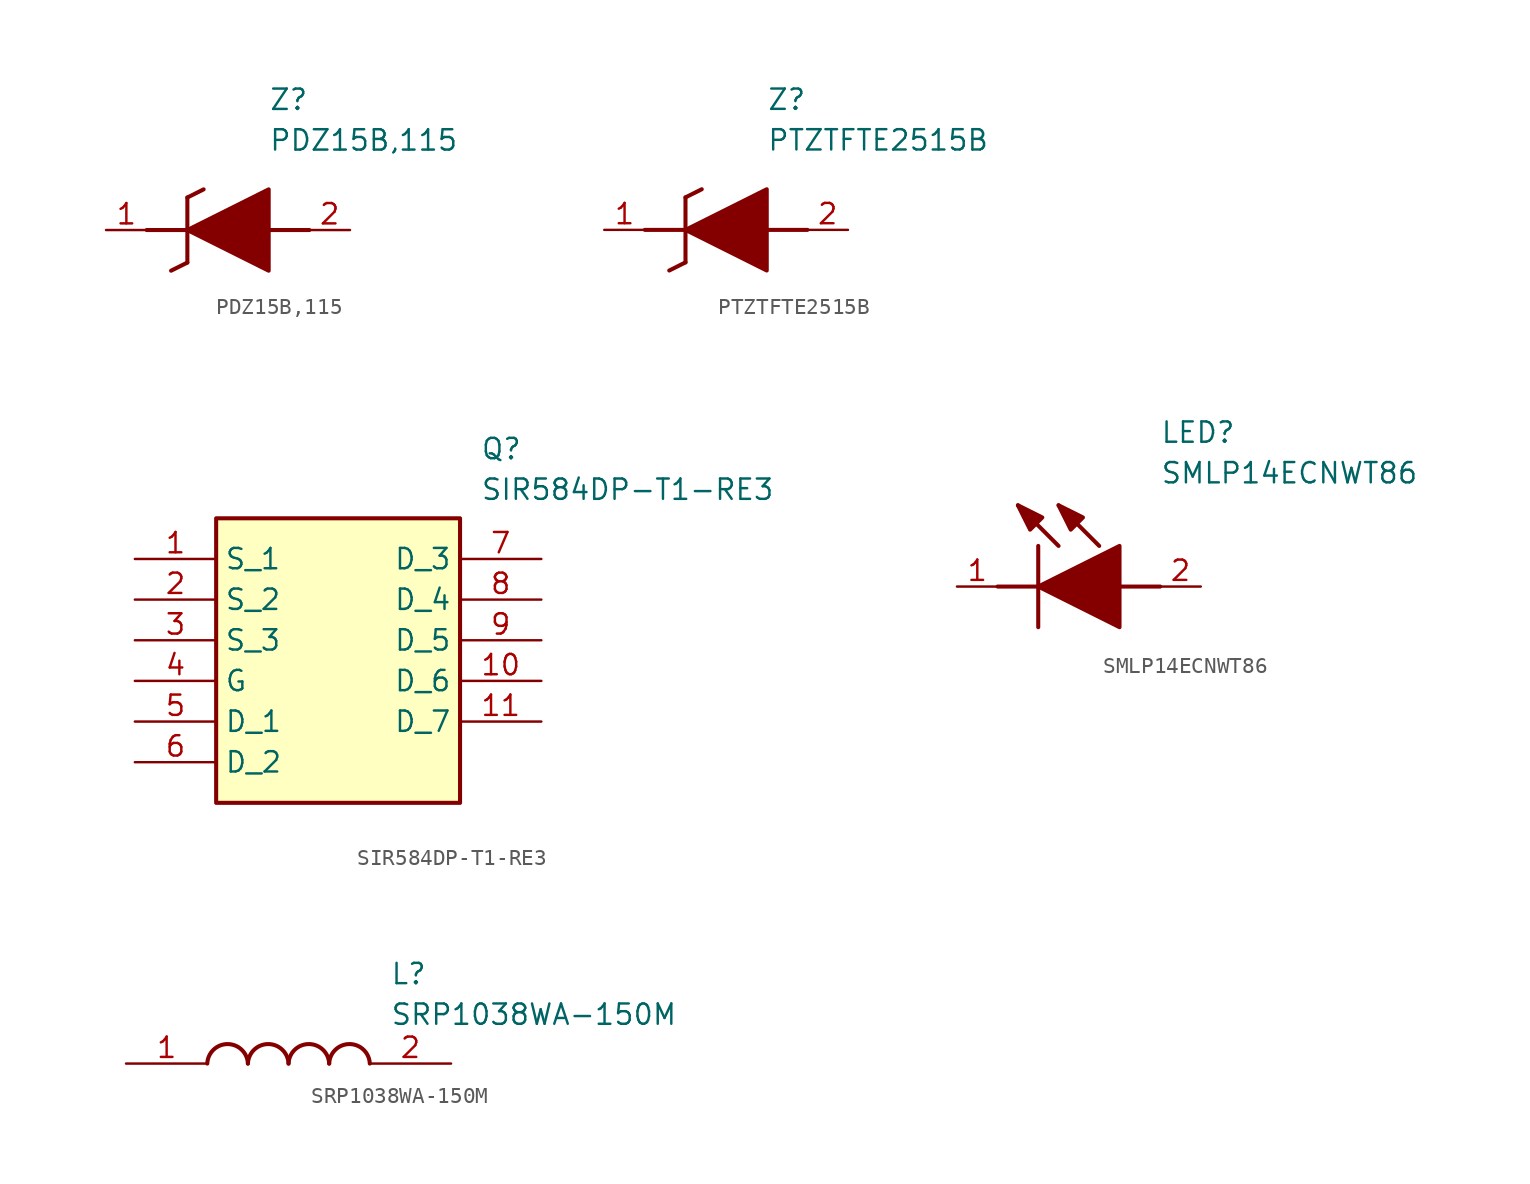
<source format=kicad_sym>
(kicad_symbol_lib
  (version 20220914)
  (generator kicad_symbol_editor)
  (symbol "PDZ15B,115"
    (pin_names hide)
    (property "Reference" "Z"
      (at 10.16 8.89 0)
      (effects (font (size 1.27 1.27)) (justify left top)))
    (property "Value" "PDZ15B,115"
      (at 10.16 6.35 0)
      (effects (font (size 1.27 1.27)) (justify left top)))
    (polyline
      (pts (xy 5.08 2.032) (xy 5.08 -2.032))
      (stroke (width 0.254) (type default))
      (fill (type none)))
    (polyline
      (pts (xy 5.08 2.032) (xy 6.096 2.54))
      (stroke (width 0.254) (type default))
      (fill (type none)))
    (polyline
      (pts (xy 4.064 -2.54) (xy 5.08 -2.032))
      (stroke (width 0.254) (type default))
      (fill (type none)))
    (polyline
      (pts (xy 2.54 0) (xy 5.08 0))
      (stroke (width 0.254) (type default))
      (fill (type none)))
    (polyline
      (pts (xy 12.7 0) (xy 10.16 0))
      (stroke (width 0.254) (type default))
      (fill (type none)))
    (polyline
      (pts (xy 5.08 0) (xy 10.16 2.54) (xy 10.16 -2.54) (xy 5.08 0))
      (stroke (width 0.254) (type default))
      (fill (type outline)))
    (pin passive line
      (at 0 0 0)
      (length 2.54)
      (name "K" (effects (font (size 1.27 1.27))))
      (number "1" (effects (font (size 1.27 1.27)))))
    (pin passive line
      (at 15.24 0 180)
      (length 2.54)
      (name "A" (effects (font (size 1.27 1.27))))
      (number "2" (effects (font (size 1.27 1.27))))))
  (symbol "PTZTFTE2515B"
    (pin_names hide)
    (property "Reference" "Z"
      (at 10.16 8.89 0)
      (effects (font (size 1.27 1.27)) (justify left top)))
    (property "Value" "PTZTFTE2515B"
      (at 10.16 6.35 0)
      (effects (font (size 1.27 1.27)) (justify left top)))
    (polyline
      (pts (xy 5.08 2.032) (xy 5.08 -2.032))
      (stroke (width 0.254) (type default))
      (fill (type none)))
    (polyline
      (pts (xy 5.08 2.032) (xy 6.096 2.54))
      (stroke (width 0.254) (type default))
      (fill (type none)))
    (polyline
      (pts (xy 4.064 -2.54) (xy 5.08 -2.032))
      (stroke (width 0.254) (type default))
      (fill (type none)))
    (polyline
      (pts (xy 2.54 0) (xy 5.08 0))
      (stroke (width 0.254) (type default))
      (fill (type none)))
    (polyline
      (pts (xy 12.7 0) (xy 10.16 0))
      (stroke (width 0.254) (type default))
      (fill (type none)))
    (polyline
      (pts (xy 5.08 0) (xy 10.16 2.54) (xy 10.16 -2.54) (xy 5.08 0))
      (stroke (width 0.254) (type default))
      (fill (type outline)))
    (pin passive line
      (at 0 0 0)
      (length 2.54)
      (name "K" (effects (font (size 1.27 1.27))))
      (number "1" (effects (font (size 1.27 1.27)))))
    (pin passive line
      (at 15.24 0 180)
      (length 2.54)
      (name "A" (effects (font (size 1.27 1.27))))
      (number "2" (effects (font (size 1.27 1.27))))))
  (symbol "SIR584DP-T1-RE3"
    (property "Reference" "Q"
      (at 21.59 7.62 0)
      (effects (font (size 1.27 1.27)) (justify left top)))
    (property "Value" "SIR584DP-T1-RE3"
      (at 21.59 5.08 0)
      (effects (font (size 1.27 1.27)) (justify left top)))
    (symbol "SIR584DP-T1-RE3_1_1"
      (rectangle (start 5.08 2.54) (end 20.32 -15.24) (stroke (width 0.254) (type default)) (fill (type background)))
      (pin passive line (at 0 0 0) (length 5.08) (name "S_1" (effects (font (size 1.27 1.27)))) (number "1" (effects (font (size 1.27 1.27)))))
      (pin passive line (at 25.4 -7.62 180) (length 5.08) (name "D_6" (effects (font (size 1.27 1.27)))) (number "10" (effects (font (size 1.27 1.27)))))
      (pin passive line (at 25.4 -10.16 180) (length 5.08) (name "D_7" (effects (font (size 1.27 1.27)))) (number "11" (effects (font (size 1.27 1.27)))))
      (pin passive line (at 0 -2.54 0) (length 5.08) (name "S_2" (effects (font (size 1.27 1.27)))) (number "2" (effects (font (size 1.27 1.27)))))
      (pin passive line (at 0 -5.08 0) (length 5.08) (name "S_3" (effects (font (size 1.27 1.27)))) (number "3" (effects (font (size 1.27 1.27)))))
      (pin passive line (at 0 -7.62 0) (length 5.08) (name "G" (effects (font (size 1.27 1.27)))) (number "4" (effects (font (size 1.27 1.27)))))
      (pin passive line (at 0 -10.16 0) (length 5.08) (name "D_1" (effects (font (size 1.27 1.27)))) (number "5" (effects (font (size 1.27 1.27)))))
      (pin passive line (at 0 -12.7 0) (length 5.08) (name "D_2" (effects (font (size 1.27 1.27)))) (number "6" (effects (font (size 1.27 1.27)))))
      (pin passive line (at 25.4 0 180) (length 5.08) (name "D_3" (effects (font (size 1.27 1.27)))) (number "7" (effects (font (size 1.27 1.27)))))
      (pin passive line (at 25.4 -2.54 180) (length 5.08) (name "D_4" (effects (font (size 1.27 1.27)))) (number "8" (effects (font (size 1.27 1.27)))))
      (pin passive line (at 25.4 -5.08 180) (length 5.08) (name "D_5" (effects (font (size 1.27 1.27)))) (number "9" (effects (font (size 1.27 1.27)))))))
  (symbol "SMLP14ECNWT86"
    (pin_names hide)
    (property "Reference" "LED"
      (at 12.7 8.89 0)
      (effects (font (size 1.27 1.27)) (justify left bottom)))
    (property "Value" "SMLP14ECNWT86"
      (at 12.7 6.35 0)
      (effects (font (size 1.27 1.27)) (justify left bottom)))
    (polyline
      (pts (xy 5.08 2.54) (xy 5.08 -2.54))
      (stroke (width 0.254) (type default))
      (fill (type none)))
    (polyline
      (pts (xy 6.35 2.54) (xy 3.81 5.08))
      (stroke (width 0.254) (type default))
      (fill (type none)))
    (polyline
      (pts (xy 8.89 2.54) (xy 6.35 5.08))
      (stroke (width 0.254) (type default))
      (fill (type none)))
    (polyline
      (pts (xy 2.54 0) (xy 5.08 0))
      (stroke (width 0.254) (type default))
      (fill (type none)))
    (polyline
      (pts (xy 10.16 0) (xy 12.7 0))
      (stroke (width 0.254) (type default))
      (fill (type none)))
    (polyline
      (pts (xy 5.08 0) (xy 10.16 2.54) (xy 10.16 -2.54) (xy 5.08 0))
      (stroke (width 0.254) (type default))
      (fill (type outline)))
    (polyline
      (pts (xy 5.334 4.318) (xy 4.572 3.556) (xy 3.81 5.08) (xy 5.334 4.318))
      (stroke (width 0.254) (type default))
      (fill (type outline)))
    (polyline
      (pts (xy 7.874 4.318) (xy 7.112 3.556) (xy 6.35 5.08) (xy 7.874 4.318))
      (stroke (width 0.254) (type default))
      (fill (type outline)))
    (pin passive line
      (at 0 0 0)
      (length 2.54)
      (name "K" (effects (font (size 1.27 1.27))))
      (number "1" (effects (font (size 1.27 1.27)))))
    (pin passive line
      (at 15.24 0 180)
      (length 2.54)
      (name "A" (effects (font (size 1.27 1.27))))
      (number "2" (effects (font (size 1.27 1.27))))))
  (symbol "SRP1038WA-150M"
    (pin_names hide)
    (property "Reference" "L"
      (at 16.51 6.35 0)
      (effects (font (size 1.27 1.27)) (justify left top)))
    (property "Value" "SRP1038WA-150M"
      (at 16.51 3.81 0)
      (effects (font (size 1.27 1.27)) (justify left top)))
    (arc
      (start 7.62 0)
      (mid 6.35 1.219)
      (end 5.08 0)
      (stroke (width 0.254) (type default))
      (fill (type none)))
    (arc
      (start 10.16 0)
      (mid 8.89 1.219)
      (end 7.62 0)
      (stroke (width 0.254) (type default))
      (fill (type none)))
    (arc
      (start 12.7 0)
      (mid 11.43 1.219)
      (end 10.16 0)
      (stroke (width 0.254) (type default))
      (fill (type none)))
    (arc
      (start 15.24 0)
      (mid 13.97 1.219)
      (end 12.7 0)
      (stroke (width 0.254) (type default))
      (fill (type none)))
    (pin passive line
      (at 0 0 0)
      (length 5.08)
      (name "1" (effects (font (size 1.27 1.27))))
      (number "1" (effects (font (size 1.27 1.27)))))
    (pin passive line
      (at 20.32 0 180)
      (length 5.08)
      (name "2" (effects (font (size 1.27 1.27))))
      (number "2" (effects (font (size 1.27 1.27)))))))
</source>
